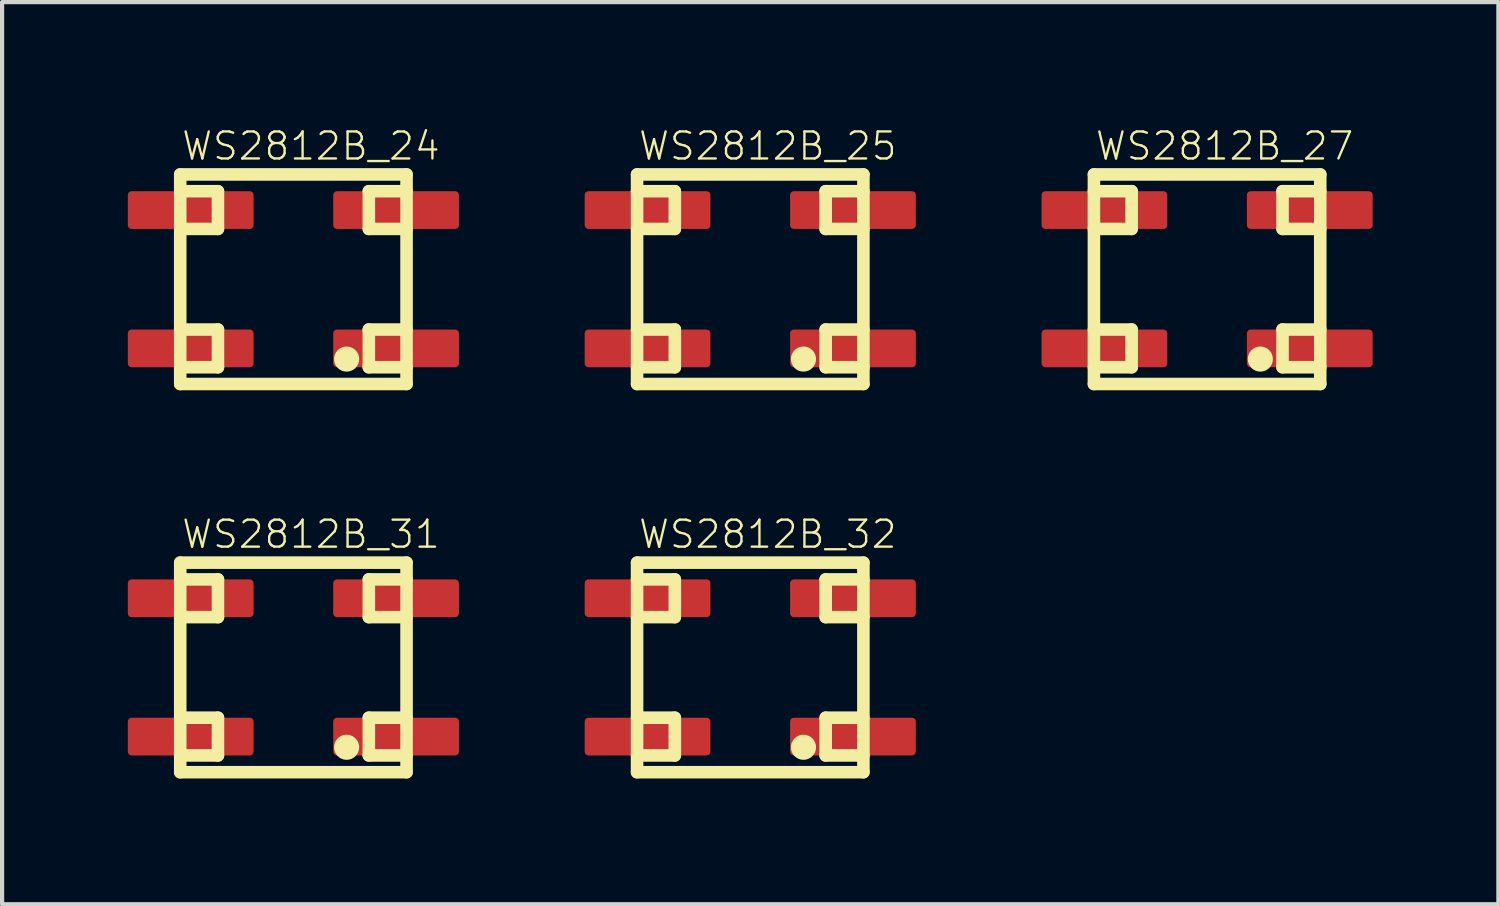
<source format=kicad_pcb>
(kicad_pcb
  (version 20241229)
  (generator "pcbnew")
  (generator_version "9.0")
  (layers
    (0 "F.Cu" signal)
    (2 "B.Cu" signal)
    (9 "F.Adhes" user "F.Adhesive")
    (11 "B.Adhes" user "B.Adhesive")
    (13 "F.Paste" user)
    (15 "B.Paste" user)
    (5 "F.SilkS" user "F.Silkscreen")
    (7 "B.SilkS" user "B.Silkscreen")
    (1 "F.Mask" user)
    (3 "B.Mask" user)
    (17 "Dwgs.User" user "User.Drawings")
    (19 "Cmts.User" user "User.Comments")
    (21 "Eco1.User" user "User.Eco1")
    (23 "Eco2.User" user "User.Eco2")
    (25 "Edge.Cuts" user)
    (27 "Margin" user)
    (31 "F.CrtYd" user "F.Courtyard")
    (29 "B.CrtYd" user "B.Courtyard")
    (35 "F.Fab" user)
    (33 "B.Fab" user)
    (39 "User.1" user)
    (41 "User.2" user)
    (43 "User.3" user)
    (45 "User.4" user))
  (footprint "WS2812B_25"
    (layer "F.Cu")
    (at 14.85 3.612)
    (property "Reference" "WS2812B_25" (at -2.7 -2.8 0) (layer "F.SilkS") (effects (font (size 0.644 0.644) (thickness 0.056)) (justify left bottom)))
    (fp_line (start -2.7 -2.5) (end 2.7 -2.5) (stroke (width 0.3) (type solid)) (layer "F.SilkS"))
    (fp_line (start -2.7 2.5) (end -2.7 -2.5) (stroke (width 0.3) (type solid)) (layer "F.SilkS"))
    (fp_line (start -1.8 -2.1) (end -2.7 -2.1) (stroke (width 0.3) (type solid)) (layer "F.SilkS"))
    (fp_line (start -1.8 -1.2) (end -2.7 -1.2) (stroke (width 0.3) (type solid)) (layer "F.SilkS"))
    (fp_line (start -1.8 -1.2) (end -1.8 -2.1) (stroke (width 0.3) (type solid)) (layer "F.SilkS"))
    (fp_line (start -1.8 1.2) (end -2.7 1.2) (stroke (width 0.3) (type solid)) (layer "F.SilkS"))
    (fp_line (start -1.8 2.1) (end -2.7 2.1) (stroke (width 0.3) (type solid)) (layer "F.SilkS"))
    (fp_line (start -1.8 2.1) (end -1.8 1.2) (stroke (width 0.3) (type solid)) (layer "F.SilkS"))
    (fp_line (start 1.8 -2.1) (end 2.7 -2.1) (stroke (width 0.3) (type solid)) (layer "F.SilkS"))
    (fp_line (start 1.8 -1.2) (end 1.8 -2.1) (stroke (width 0.3) (type solid)) (layer "F.SilkS"))
    (fp_line (start 1.8 -1.2) (end 2.7 -1.2) (stroke (width 0.3) (type solid)) (layer "F.SilkS"))
    (fp_line (start 1.8 1.2) (end 2.7 1.2) (stroke (width 0.3) (type solid)) (layer "F.SilkS"))
    (fp_line (start 1.8 2.1) (end 1.8 1.2) (stroke (width 0.3) (type solid)) (layer "F.SilkS"))
    (fp_line (start 1.8 2.1) (end 2.7 2.1) (stroke (width 0.3) (type solid)) (layer "F.SilkS"))
    (fp_line (start 2.7 -2.5) (end 2.7 2.5) (stroke (width 0.3) (type solid)) (layer "F.SilkS"))
    (fp_line (start 2.7 2.5) (end -2.7 2.5) (stroke (width 0.3) (type solid)) (layer "F.SilkS"))
    (fp_circle (center 1.27 1.905) (end 1.42 1.905) (stroke (width 0.3) (type solid)) (fill yes) (layer "F.SilkS"))
    (pad "1" smd roundrect (at -2.45 -1.65) (size 3 0.9) (layers "F.Cu" "F.Mask" "F.Paste") (roundrect_rratio 0.1))
    (pad "2" smd roundrect (at -2.45 1.65) (size 3 0.9) (layers "F.Cu" "F.Mask" "F.Paste") (roundrect_rratio 0.1))
    (pad "3" smd roundrect (at 2.45 1.65) (size 3 0.9) (layers "F.Cu" "F.Mask" "F.Paste") (roundrect_rratio 0.1))
    (pad "4" smd roundrect (at 2.45 -1.65) (size 3 0.9) (layers "F.Cu" "F.Mask" "F.Paste") (roundrect_rratio 0.1)))
  (footprint "WS2812B_27"
    (layer "F.Cu")
    (at 25.75 3.612)
    (property "Reference" "WS2812B_27" (at -2.7 -2.8 0) (layer "F.SilkS") (effects (font (size 0.644 0.644) (thickness 0.056)) (justify left bottom)))
    (fp_line (start -2.7 -2.5) (end 2.7 -2.5) (stroke (width 0.3) (type solid)) (layer "F.SilkS"))
    (fp_line (start -2.7 2.5) (end -2.7 -2.5) (stroke (width 0.3) (type solid)) (layer "F.SilkS"))
    (fp_line (start -1.8 -2.1) (end -2.7 -2.1) (stroke (width 0.3) (type solid)) (layer "F.SilkS"))
    (fp_line (start -1.8 -1.2) (end -2.7 -1.2) (stroke (width 0.3) (type solid)) (layer "F.SilkS"))
    (fp_line (start -1.8 -1.2) (end -1.8 -2.1) (stroke (width 0.3) (type solid)) (layer "F.SilkS"))
    (fp_line (start -1.8 1.2) (end -2.7 1.2) (stroke (width 0.3) (type solid)) (layer "F.SilkS"))
    (fp_line (start -1.8 2.1) (end -2.7 2.1) (stroke (width 0.3) (type solid)) (layer "F.SilkS"))
    (fp_line (start -1.8 2.1) (end -1.8 1.2) (stroke (width 0.3) (type solid)) (layer "F.SilkS"))
    (fp_line (start 1.8 -2.1) (end 2.7 -2.1) (stroke (width 0.3) (type solid)) (layer "F.SilkS"))
    (fp_line (start 1.8 -1.2) (end 1.8 -2.1) (stroke (width 0.3) (type solid)) (layer "F.SilkS"))
    (fp_line (start 1.8 -1.2) (end 2.7 -1.2) (stroke (width 0.3) (type solid)) (layer "F.SilkS"))
    (fp_line (start 1.8 1.2) (end 2.7 1.2) (stroke (width 0.3) (type solid)) (layer "F.SilkS"))
    (fp_line (start 1.8 2.1) (end 1.8 1.2) (stroke (width 0.3) (type solid)) (layer "F.SilkS"))
    (fp_line (start 1.8 2.1) (end 2.7 2.1) (stroke (width 0.3) (type solid)) (layer "F.SilkS"))
    (fp_line (start 2.7 -2.5) (end 2.7 2.5) (stroke (width 0.3) (type solid)) (layer "F.SilkS"))
    (fp_line (start 2.7 2.5) (end -2.7 2.5) (stroke (width 0.3) (type solid)) (layer "F.SilkS"))
    (fp_circle (center 1.27 1.905) (end 1.42 1.905) (stroke (width 0.3) (type solid)) (fill yes) (layer "F.SilkS"))
    (pad "1" smd roundrect (at -2.45 -1.65) (size 3 0.9) (layers "F.Cu" "F.Mask" "F.Paste") (roundrect_rratio 0.1))
    (pad "2" smd roundrect (at -2.45 1.65) (size 3 0.9) (layers "F.Cu" "F.Mask" "F.Paste") (roundrect_rratio 0.1))
    (pad "3" smd roundrect (at 2.45 1.65) (size 3 0.9) (layers "F.Cu" "F.Mask" "F.Paste") (roundrect_rratio 0.1))
    (pad "4" smd roundrect (at 2.45 -1.65) (size 3 0.9) (layers "F.Cu" "F.Mask" "F.Paste") (roundrect_rratio 0.1)))
  (footprint "WS2812B_32"
    (layer "F.Cu")
    (at 14.85 12.874)
    (property "Reference" "WS2812B_32" (at -2.7 -2.8 0) (layer "F.SilkS") (effects (font (size 0.644 0.644) (thickness 0.056)) (justify left bottom)))
    (fp_line (start -2.7 -2.5) (end 2.7 -2.5) (stroke (width 0.3) (type solid)) (layer "F.SilkS"))
    (fp_line (start -2.7 2.5) (end -2.7 -2.5) (stroke (width 0.3) (type solid)) (layer "F.SilkS"))
    (fp_line (start -1.8 -2.1) (end -2.7 -2.1) (stroke (width 0.3) (type solid)) (layer "F.SilkS"))
    (fp_line (start -1.8 -1.2) (end -2.7 -1.2) (stroke (width 0.3) (type solid)) (layer "F.SilkS"))
    (fp_line (start -1.8 -1.2) (end -1.8 -2.1) (stroke (width 0.3) (type solid)) (layer "F.SilkS"))
    (fp_line (start -1.8 1.2) (end -2.7 1.2) (stroke (width 0.3) (type solid)) (layer "F.SilkS"))
    (fp_line (start -1.8 2.1) (end -2.7 2.1) (stroke (width 0.3) (type solid)) (layer "F.SilkS"))
    (fp_line (start -1.8 2.1) (end -1.8 1.2) (stroke (width 0.3) (type solid)) (layer "F.SilkS"))
    (fp_line (start 1.8 -2.1) (end 2.7 -2.1) (stroke (width 0.3) (type solid)) (layer "F.SilkS"))
    (fp_line (start 1.8 -1.2) (end 1.8 -2.1) (stroke (width 0.3) (type solid)) (layer "F.SilkS"))
    (fp_line (start 1.8 -1.2) (end 2.7 -1.2) (stroke (width 0.3) (type solid)) (layer "F.SilkS"))
    (fp_line (start 1.8 1.2) (end 2.7 1.2) (stroke (width 0.3) (type solid)) (layer "F.SilkS"))
    (fp_line (start 1.8 2.1) (end 1.8 1.2) (stroke (width 0.3) (type solid)) (layer "F.SilkS"))
    (fp_line (start 1.8 2.1) (end 2.7 2.1) (stroke (width 0.3) (type solid)) (layer "F.SilkS"))
    (fp_line (start 2.7 -2.5) (end 2.7 2.5) (stroke (width 0.3) (type solid)) (layer "F.SilkS"))
    (fp_line (start 2.7 2.5) (end -2.7 2.5) (stroke (width 0.3) (type solid)) (layer "F.SilkS"))
    (fp_circle (center 1.27 1.905) (end 1.42 1.905) (stroke (width 0.3) (type solid)) (fill yes) (layer "F.SilkS"))
    (pad "1" smd roundrect (at -2.45 -1.65) (size 3 0.9) (layers "F.Cu" "F.Mask" "F.Paste") (roundrect_rratio 0.1))
    (pad "2" smd roundrect (at -2.45 1.65) (size 3 0.9) (layers "F.Cu" "F.Mask" "F.Paste") (roundrect_rratio 0.1))
    (pad "3" smd roundrect (at 2.45 1.65) (size 3 0.9) (layers "F.Cu" "F.Mask" "F.Paste") (roundrect_rratio 0.1))
    (pad "4" smd roundrect (at 2.45 -1.65) (size 3 0.9) (layers "F.Cu" "F.Mask" "F.Paste") (roundrect_rratio 0.1)))
  (footprint "WS2812B_31"
    (layer "F.Cu")
    (at 3.95 12.874)
    (property "Reference" "WS2812B_31" (at -2.7 -2.8 0) (layer "F.SilkS") (effects (font (size 0.644 0.644) (thickness 0.056)) (justify left bottom)))
    (fp_line (start -2.7 -2.5) (end 2.7 -2.5) (stroke (width 0.3) (type solid)) (layer "F.SilkS"))
    (fp_line (start -2.7 2.5) (end -2.7 -2.5) (stroke (width 0.3) (type solid)) (layer "F.SilkS"))
    (fp_line (start -1.8 -2.1) (end -2.7 -2.1) (stroke (width 0.3) (type solid)) (layer "F.SilkS"))
    (fp_line (start -1.8 -1.2) (end -2.7 -1.2) (stroke (width 0.3) (type solid)) (layer "F.SilkS"))
    (fp_line (start -1.8 -1.2) (end -1.8 -2.1) (stroke (width 0.3) (type solid)) (layer "F.SilkS"))
    (fp_line (start -1.8 1.2) (end -2.7 1.2) (stroke (width 0.3) (type solid)) (layer "F.SilkS"))
    (fp_line (start -1.8 2.1) (end -2.7 2.1) (stroke (width 0.3) (type solid)) (layer "F.SilkS"))
    (fp_line (start -1.8 2.1) (end -1.8 1.2) (stroke (width 0.3) (type solid)) (layer "F.SilkS"))
    (fp_line (start 1.8 -2.1) (end 2.7 -2.1) (stroke (width 0.3) (type solid)) (layer "F.SilkS"))
    (fp_line (start 1.8 -1.2) (end 1.8 -2.1) (stroke (width 0.3) (type solid)) (layer "F.SilkS"))
    (fp_line (start 1.8 -1.2) (end 2.7 -1.2) (stroke (width 0.3) (type solid)) (layer "F.SilkS"))
    (fp_line (start 1.8 1.2) (end 2.7 1.2) (stroke (width 0.3) (type solid)) (layer "F.SilkS"))
    (fp_line (start 1.8 2.1) (end 1.8 1.2) (stroke (width 0.3) (type solid)) (layer "F.SilkS"))
    (fp_line (start 1.8 2.1) (end 2.7 2.1) (stroke (width 0.3) (type solid)) (layer "F.SilkS"))
    (fp_line (start 2.7 -2.5) (end 2.7 2.5) (stroke (width 0.3) (type solid)) (layer "F.SilkS"))
    (fp_line (start 2.7 2.5) (end -2.7 2.5) (stroke (width 0.3) (type solid)) (layer "F.SilkS"))
    (fp_circle (center 1.27 1.905) (end 1.42 1.905) (stroke (width 0.3) (type solid)) (fill yes) (layer "F.SilkS"))
    (pad "1" smd roundrect (at -2.45 -1.65) (size 3 0.9) (layers "F.Cu" "F.Mask" "F.Paste") (roundrect_rratio 0.1))
    (pad "2" smd roundrect (at -2.45 1.65) (size 3 0.9) (layers "F.Cu" "F.Mask" "F.Paste") (roundrect_rratio 0.1))
    (pad "3" smd roundrect (at 2.45 1.65) (size 3 0.9) (layers "F.Cu" "F.Mask" "F.Paste") (roundrect_rratio 0.1))
    (pad "4" smd roundrect (at 2.45 -1.65) (size 3 0.9) (layers "F.Cu" "F.Mask" "F.Paste") (roundrect_rratio 0.1)))
  (footprint "WS2812B_24"
    (layer "F.Cu")
    (at 3.95 3.612)
    (property "Reference" "WS2812B_24" (at -2.7 -2.8 0) (layer "F.SilkS") (effects (font (size 0.644 0.644) (thickness 0.056)) (justify left bottom)))
    (fp_line (start -2.7 -2.5) (end 2.7 -2.5) (stroke (width 0.3) (type solid)) (layer "F.SilkS"))
    (fp_line (start -2.7 2.5) (end -2.7 -2.5) (stroke (width 0.3) (type solid)) (layer "F.SilkS"))
    (fp_line (start -1.8 -2.1) (end -2.7 -2.1) (stroke (width 0.3) (type solid)) (layer "F.SilkS"))
    (fp_line (start -1.8 -1.2) (end -2.7 -1.2) (stroke (width 0.3) (type solid)) (layer "F.SilkS"))
    (fp_line (start -1.8 -1.2) (end -1.8 -2.1) (stroke (width 0.3) (type solid)) (layer "F.SilkS"))
    (fp_line (start -1.8 1.2) (end -2.7 1.2) (stroke (width 0.3) (type solid)) (layer "F.SilkS"))
    (fp_line (start -1.8 2.1) (end -2.7 2.1) (stroke (width 0.3) (type solid)) (layer "F.SilkS"))
    (fp_line (start -1.8 2.1) (end -1.8 1.2) (stroke (width 0.3) (type solid)) (layer "F.SilkS"))
    (fp_line (start 1.8 -2.1) (end 2.7 -2.1) (stroke (width 0.3) (type solid)) (layer "F.SilkS"))
    (fp_line (start 1.8 -1.2) (end 1.8 -2.1) (stroke (width 0.3) (type solid)) (layer "F.SilkS"))
    (fp_line (start 1.8 -1.2) (end 2.7 -1.2) (stroke (width 0.3) (type solid)) (layer "F.SilkS"))
    (fp_line (start 1.8 1.2) (end 2.7 1.2) (stroke (width 0.3) (type solid)) (layer "F.SilkS"))
    (fp_line (start 1.8 2.1) (end 1.8 1.2) (stroke (width 0.3) (type solid)) (layer "F.SilkS"))
    (fp_line (start 1.8 2.1) (end 2.7 2.1) (stroke (width 0.3) (type solid)) (layer "F.SilkS"))
    (fp_line (start 2.7 -2.5) (end 2.7 2.5) (stroke (width 0.3) (type solid)) (layer "F.SilkS"))
    (fp_line (start 2.7 2.5) (end -2.7 2.5) (stroke (width 0.3) (type solid)) (layer "F.SilkS"))
    (fp_circle (center 1.27 1.905) (end 1.42 1.905) (stroke (width 0.3) (type solid)) (fill yes) (layer "F.SilkS"))
    (pad "1" smd roundrect (at -2.45 -1.65) (size 3 0.9) (layers "F.Cu" "F.Mask" "F.Paste") (roundrect_rratio 0.1))
    (pad "2" smd roundrect (at -2.45 1.65) (size 3 0.9) (layers "F.Cu" "F.Mask" "F.Paste") (roundrect_rratio 0.1))
    (pad "3" smd roundrect (at 2.45 1.65) (size 3 0.9) (layers "F.Cu" "F.Mask" "F.Paste") (roundrect_rratio 0.1))
    (pad "4" smd roundrect (at 2.45 -1.65) (size 3 0.9) (layers "F.Cu" "F.Mask" "F.Paste") (roundrect_rratio 0.1)))
  (gr_rect
    (start -3 -3)
    (end 32.7 18.524)
    (stroke (width 0.1) (type default))
    (fill no)
    (layer "Edge.Cuts")))
</source>
